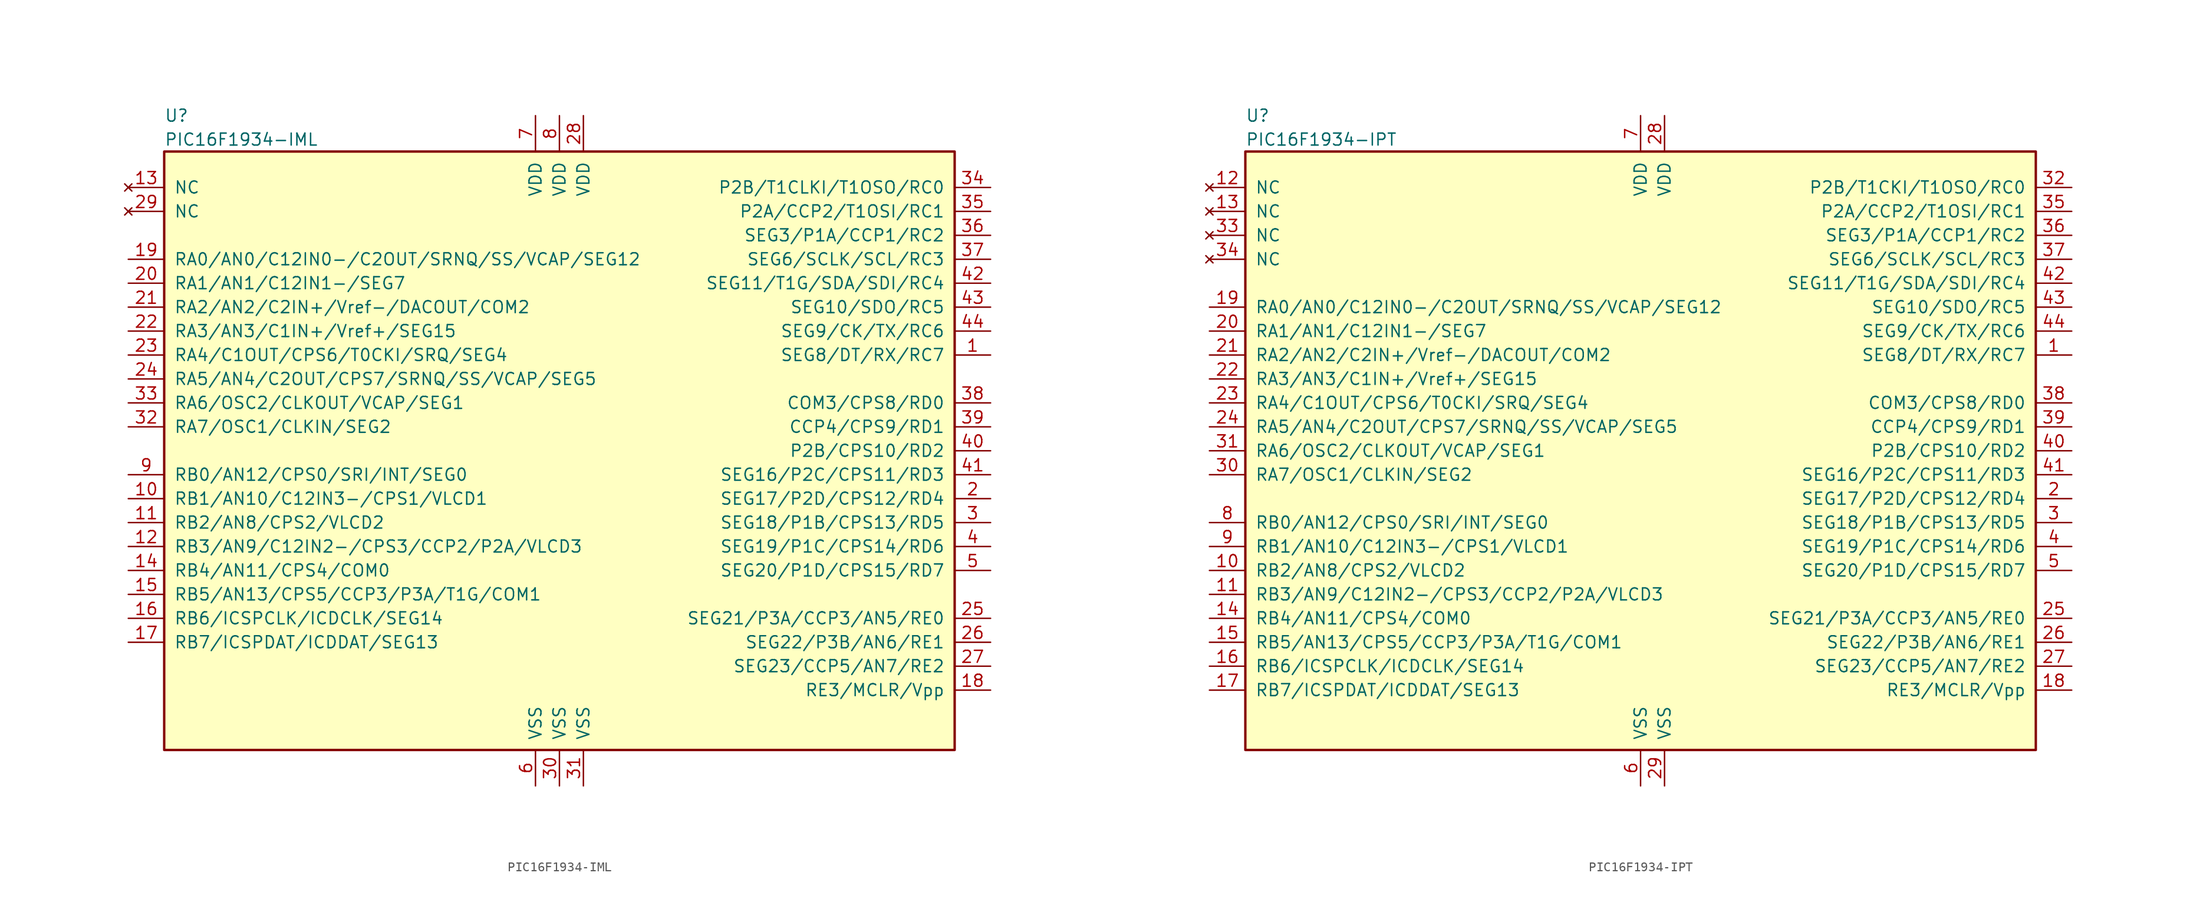
<source format=kicad_sym>
(kicad_symbol_lib
  (version 20201005)
  (generator kicad_symbol_editor)
  (symbol "PIC16F1934-IML"
    (pin_names
      (offset 1.016))
    (property "Reference" "U"
      (at -41.91 35.56 0)
      (effects (font (size 1.27 1.27)) (justify left)))
    (property "Value" "PIC16F1934-IML"
      (at -41.91 33.02 0)
      (effects (font (size 1.27 1.27)) (justify left)))
    (symbol "PIC16F1934-IML_0_1"
      (rectangle (start -41.91 31.75) (end 41.91 -31.75) (stroke (width 0.254)) (fill (type background))))
    (symbol "PIC16F1934-IML_1_1"
      (pin bidirectional line (at 45.72 10.16 180) (length 3.81) (name "SEG8/DT/RX/RC7" (effects (font (size 1.27 1.27)))) (number "1" (effects (font (size 1.27 1.27)))))
      (pin bidirectional line (at -45.72 -5.08 0) (length 3.81) (name "RB1/AN10/C12IN3-/CPS1/VLCD1" (effects (font (size 1.27 1.27)))) (number "10" (effects (font (size 1.27 1.27)))))
      (pin bidirectional line (at -45.72 -7.62 0) (length 3.81) (name "RB2/AN8/CPS2/VLCD2" (effects (font (size 1.27 1.27)))) (number "11" (effects (font (size 1.27 1.27)))))
      (pin bidirectional line (at -45.72 -10.16 0) (length 3.81) (name "RB3/AN9/C12IN2-/CPS3/CCP2/P2A/VLCD3" (effects (font (size 1.27 1.27)))) (number "12" (effects (font (size 1.27 1.27)))))
      (pin no_connect line (at -45.72 27.94 0) (length 3.81) (name "NC" (effects (font (size 1.27 1.27)))) (number "13" (effects (font (size 1.27 1.27)))))
      (pin bidirectional line (at -45.72 -12.7 0) (length 3.81) (name "RB4/AN11/CPS4/COM0" (effects (font (size 1.27 1.27)))) (number "14" (effects (font (size 1.27 1.27)))))
      (pin bidirectional line (at -45.72 -15.24 0) (length 3.81) (name "RB5/AN13/CPS5/CCP3/P3A/T1G/COM1" (effects (font (size 1.27 1.27)))) (number "15" (effects (font (size 1.27 1.27)))))
      (pin bidirectional line (at -45.72 -17.78 0) (length 3.81) (name "RB6/ICSPCLK/ICDCLK/SEG14" (effects (font (size 1.27 1.27)))) (number "16" (effects (font (size 1.27 1.27)))))
      (pin bidirectional line (at -45.72 -20.32 0) (length 3.81) (name "RB7/ICSPDAT/ICDDAT/SEG13" (effects (font (size 1.27 1.27)))) (number "17" (effects (font (size 1.27 1.27)))))
      (pin bidirectional line (at 45.72 -25.4 180) (length 3.81) (name "RE3/MCLR/Vpp" (effects (font (size 1.27 1.27)))) (number "18" (effects (font (size 1.27 1.27)))))
      (pin bidirectional line (at -45.72 20.32 0) (length 3.81) (name "RA0/AN0/C12IN0-/C2OUT/SRNQ/SS/VCAP/SEG12" (effects (font (size 1.27 1.27)))) (number "19" (effects (font (size 1.27 1.27)))))
      (pin bidirectional line (at 45.72 -5.08 180) (length 3.81) (name "SEG17/P2D/CPS12/RD4" (effects (font (size 1.27 1.27)))) (number "2" (effects (font (size 1.27 1.27)))))
      (pin bidirectional line (at -45.72 17.78 0) (length 3.81) (name "RA1/AN1/C12IN1-/SEG7" (effects (font (size 1.27 1.27)))) (number "20" (effects (font (size 1.27 1.27)))))
      (pin bidirectional line (at -45.72 15.24 0) (length 3.81) (name "RA2/AN2/C2IN+/Vref-/DACOUT/COM2" (effects (font (size 1.27 1.27)))) (number "21" (effects (font (size 1.27 1.27)))))
      (pin bidirectional line (at -45.72 12.7 0) (length 3.81) (name "RA3/AN3/C1IN+/Vref+/SEG15" (effects (font (size 1.27 1.27)))) (number "22" (effects (font (size 1.27 1.27)))))
      (pin bidirectional line (at -45.72 10.16 0) (length 3.81) (name "RA4/C1OUT/CPS6/T0CKI/SRQ/SEG4" (effects (font (size 1.27 1.27)))) (number "23" (effects (font (size 1.27 1.27)))))
      (pin bidirectional line (at -45.72 7.62 0) (length 3.81) (name "RA5/AN4/C2OUT/CPS7/SRNQ/SS/VCAP/SEG5" (effects (font (size 1.27 1.27)))) (number "24" (effects (font (size 1.27 1.27)))))
      (pin bidirectional line (at 45.72 -17.78 180) (length 3.81) (name "SEG21/P3A/CCP3/AN5/RE0" (effects (font (size 1.27 1.27)))) (number "25" (effects (font (size 1.27 1.27)))))
      (pin bidirectional line (at 45.72 -20.32 180) (length 3.81) (name "SEG22/P3B/AN6/RE1" (effects (font (size 1.27 1.27)))) (number "26" (effects (font (size 1.27 1.27)))))
      (pin bidirectional line (at 45.72 -22.86 180) (length 3.81) (name "SEG23/CCP5/AN7/RE2" (effects (font (size 1.27 1.27)))) (number "27" (effects (font (size 1.27 1.27)))))
      (pin power_in line (at 2.54 35.56 270) (length 3.81) (name "VDD" (effects (font (size 1.27 1.27)))) (number "28" (effects (font (size 1.27 1.27)))))
      (pin no_connect line (at -45.72 25.4 0) (length 3.81) (name "NC" (effects (font (size 1.27 1.27)))) (number "29" (effects (font (size 1.27 1.27)))))
      (pin bidirectional line (at 45.72 -7.62 180) (length 3.81) (name "SEG18/P1B/CPS13/RD5" (effects (font (size 1.27 1.27)))) (number "3" (effects (font (size 1.27 1.27)))))
      (pin power_in line (at 0 -35.56 90) (length 3.81) (name "VSS" (effects (font (size 1.27 1.27)))) (number "30" (effects (font (size 1.27 1.27)))))
      (pin power_in line (at 2.54 -35.56 90) (length 3.81) (name "VSS" (effects (font (size 1.27 1.27)))) (number "31" (effects (font (size 1.27 1.27)))))
      (pin bidirectional line (at -45.72 2.54 0) (length 3.81) (name "RA7/OSC1/CLKIN/SEG2" (effects (font (size 1.27 1.27)))) (number "32" (effects (font (size 1.27 1.27)))))
      (pin bidirectional line (at -45.72 5.08 0) (length 3.81) (name "RA6/OSC2/CLKOUT/VCAP/SEG1" (effects (font (size 1.27 1.27)))) (number "33" (effects (font (size 1.27 1.27)))))
      (pin bidirectional line (at 45.72 27.94 180) (length 3.81) (name "P2B/T1CLKI/T1OSO/RC0" (effects (font (size 1.27 1.27)))) (number "34" (effects (font (size 1.27 1.27)))))
      (pin bidirectional line (at 45.72 25.4 180) (length 3.81) (name "P2A/CCP2/T1OSI/RC1" (effects (font (size 1.27 1.27)))) (number "35" (effects (font (size 1.27 1.27)))))
      (pin bidirectional line (at 45.72 22.86 180) (length 3.81) (name "SEG3/P1A/CCP1/RC2" (effects (font (size 1.27 1.27)))) (number "36" (effects (font (size 1.27 1.27)))))
      (pin bidirectional line (at 45.72 20.32 180) (length 3.81) (name "SEG6/SCLK/SCL/RC3" (effects (font (size 1.27 1.27)))) (number "37" (effects (font (size 1.27 1.27)))))
      (pin bidirectional line (at 45.72 5.08 180) (length 3.81) (name "COM3/CPS8/RD0" (effects (font (size 1.27 1.27)))) (number "38" (effects (font (size 1.27 1.27)))))
      (pin bidirectional line (at 45.72 2.54 180) (length 3.81) (name "CCP4/CPS9/RD1" (effects (font (size 1.27 1.27)))) (number "39" (effects (font (size 1.27 1.27)))))
      (pin bidirectional line (at 45.72 -10.16 180) (length 3.81) (name "SEG19/P1C/CPS14/RD6" (effects (font (size 1.27 1.27)))) (number "4" (effects (font (size 1.27 1.27)))))
      (pin bidirectional line (at 45.72 0 180) (length 3.81) (name "P2B/CPS10/RD2" (effects (font (size 1.27 1.27)))) (number "40" (effects (font (size 1.27 1.27)))))
      (pin bidirectional line (at 45.72 -2.54 180) (length 3.81) (name "SEG16/P2C/CPS11/RD3" (effects (font (size 1.27 1.27)))) (number "41" (effects (font (size 1.27 1.27)))))
      (pin bidirectional line (at 45.72 17.78 180) (length 3.81) (name "SEG11/T1G/SDA/SDI/RC4" (effects (font (size 1.27 1.27)))) (number "42" (effects (font (size 1.27 1.27)))))
      (pin bidirectional line (at 45.72 15.24 180) (length 3.81) (name "SEG10/SDO/RC5" (effects (font (size 1.27 1.27)))) (number "43" (effects (font (size 1.27 1.27)))))
      (pin bidirectional line (at 45.72 12.7 180) (length 3.81) (name "SEG9/CK/TX/RC6" (effects (font (size 1.27 1.27)))) (number "44" (effects (font (size 1.27 1.27)))))
      (pin bidirectional line (at 45.72 -12.7 180) (length 3.81) (name "SEG20/P1D/CPS15/RD7" (effects (font (size 1.27 1.27)))) (number "5" (effects (font (size 1.27 1.27)))))
      (pin bidirectional line (at -2.54 -35.56 90) (length 3.81) (name "VSS" (effects (font (size 1.27 1.27)))) (number "6" (effects (font (size 1.27 1.27)))))
      (pin bidirectional line (at -2.54 35.56 270) (length 3.81) (name "VDD" (effects (font (size 1.27 1.27)))) (number "7" (effects (font (size 1.27 1.27)))))
      (pin bidirectional line (at 0 35.56 270) (length 3.81) (name "VDD" (effects (font (size 1.27 1.27)))) (number "8" (effects (font (size 1.27 1.27)))))
      (pin bidirectional line (at -45.72 -2.54 0) (length 3.81) (name "RB0/AN12/CPS0/SRI/INT/SEG0" (effects (font (size 1.27 1.27)))) (number "9" (effects (font (size 1.27 1.27)))))))
  (symbol "PIC16F1934-IPT"
    (pin_names
      (offset 1.016))
    (property "Reference" "U"
      (at -41.91 35.56 0)
      (effects (font (size 1.27 1.27)) (justify left)))
    (property "Value" "PIC16F1934-IPT"
      (at -41.91 33.02 0)
      (effects (font (size 1.27 1.27)) (justify left)))
    (symbol "PIC16F1934-IPT_0_1"
      (rectangle (start -41.91 31.75) (end 41.91 -31.75) (stroke (width 0.254)) (fill (type background))))
    (symbol "PIC16F1934-IPT_1_1"
      (pin bidirectional line (at 45.72 10.16 180) (length 3.81) (name "SEG8/DT/RX/RC7" (effects (font (size 1.27 1.27)))) (number "1" (effects (font (size 1.27 1.27)))))
      (pin bidirectional line (at -45.72 -12.7 0) (length 3.81) (name "RB2/AN8/CPS2/VLCD2" (effects (font (size 1.27 1.27)))) (number "10" (effects (font (size 1.27 1.27)))))
      (pin bidirectional line (at -45.72 -15.24 0) (length 3.81) (name "RB3/AN9/C12IN2-/CPS3/CCP2/P2A/VLCD3" (effects (font (size 1.27 1.27)))) (number "11" (effects (font (size 1.27 1.27)))))
      (pin no_connect line (at -45.72 27.94 0) (length 3.81) (name "NC" (effects (font (size 1.27 1.27)))) (number "12" (effects (font (size 1.27 1.27)))))
      (pin no_connect line (at -45.72 25.4 0) (length 3.81) (name "NC" (effects (font (size 1.27 1.27)))) (number "13" (effects (font (size 1.27 1.27)))))
      (pin bidirectional line (at -45.72 -17.78 0) (length 3.81) (name "RB4/AN11/CPS4/COM0" (effects (font (size 1.27 1.27)))) (number "14" (effects (font (size 1.27 1.27)))))
      (pin bidirectional line (at -45.72 -20.32 0) (length 3.81) (name "RB5/AN13/CPS5/CCP3/P3A/T1G/COM1" (effects (font (size 1.27 1.27)))) (number "15" (effects (font (size 1.27 1.27)))))
      (pin bidirectional line (at -45.72 -22.86 0) (length 3.81) (name "RB6/ICSPCLK/ICDCLK/SEG14" (effects (font (size 1.27 1.27)))) (number "16" (effects (font (size 1.27 1.27)))))
      (pin bidirectional line (at -45.72 -25.4 0) (length 3.81) (name "RB7/ICSPDAT/ICDDAT/SEG13" (effects (font (size 1.27 1.27)))) (number "17" (effects (font (size 1.27 1.27)))))
      (pin bidirectional line (at 45.72 -25.4 180) (length 3.81) (name "RE3/MCLR/Vpp" (effects (font (size 1.27 1.27)))) (number "18" (effects (font (size 1.27 1.27)))))
      (pin bidirectional line (at -45.72 15.24 0) (length 3.81) (name "RA0/AN0/C12IN0-/C2OUT/SRNQ/SS/VCAP/SEG12" (effects (font (size 1.27 1.27)))) (number "19" (effects (font (size 1.27 1.27)))))
      (pin bidirectional line (at 45.72 -5.08 180) (length 3.81) (name "SEG17/P2D/CPS12/RD4" (effects (font (size 1.27 1.27)))) (number "2" (effects (font (size 1.27 1.27)))))
      (pin bidirectional line (at -45.72 12.7 0) (length 3.81) (name "RA1/AN1/C12IN1-/SEG7" (effects (font (size 1.27 1.27)))) (number "20" (effects (font (size 1.27 1.27)))))
      (pin bidirectional line (at -45.72 10.16 0) (length 3.81) (name "RA2/AN2/C2IN+/Vref-/DACOUT/COM2" (effects (font (size 1.27 1.27)))) (number "21" (effects (font (size 1.27 1.27)))))
      (pin bidirectional line (at -45.72 7.62 0) (length 3.81) (name "RA3/AN3/C1IN+/Vref+/SEG15" (effects (font (size 1.27 1.27)))) (number "22" (effects (font (size 1.27 1.27)))))
      (pin bidirectional line (at -45.72 5.08 0) (length 3.81) (name "RA4/C1OUT/CPS6/T0CKI/SRQ/SEG4" (effects (font (size 1.27 1.27)))) (number "23" (effects (font (size 1.27 1.27)))))
      (pin bidirectional line (at -45.72 2.54 0) (length 3.81) (name "RA5/AN4/C2OUT/CPS7/SRNQ/SS/VCAP/SEG5" (effects (font (size 1.27 1.27)))) (number "24" (effects (font (size 1.27 1.27)))))
      (pin bidirectional line (at 45.72 -17.78 180) (length 3.81) (name "SEG21/P3A/CCP3/AN5/RE0" (effects (font (size 1.27 1.27)))) (number "25" (effects (font (size 1.27 1.27)))))
      (pin bidirectional line (at 45.72 -20.32 180) (length 3.81) (name "SEG22/P3B/AN6/RE1" (effects (font (size 1.27 1.27)))) (number "26" (effects (font (size 1.27 1.27)))))
      (pin bidirectional line (at 45.72 -22.86 180) (length 3.81) (name "SEG23/CCP5/AN7/RE2" (effects (font (size 1.27 1.27)))) (number "27" (effects (font (size 1.27 1.27)))))
      (pin power_in line (at 2.54 35.56 270) (length 3.81) (name "VDD" (effects (font (size 1.27 1.27)))) (number "28" (effects (font (size 1.27 1.27)))))
      (pin power_in line (at 2.54 -35.56 90) (length 3.81) (name "VSS" (effects (font (size 1.27 1.27)))) (number "29" (effects (font (size 1.27 1.27)))))
      (pin bidirectional line (at 45.72 -7.62 180) (length 3.81) (name "SEG18/P1B/CPS13/RD5" (effects (font (size 1.27 1.27)))) (number "3" (effects (font (size 1.27 1.27)))))
      (pin bidirectional line (at -45.72 -2.54 0) (length 3.81) (name "RA7/OSC1/CLKIN/SEG2" (effects (font (size 1.27 1.27)))) (number "30" (effects (font (size 1.27 1.27)))))
      (pin bidirectional line (at -45.72 0 0) (length 3.81) (name "RA6/OSC2/CLKOUT/VCAP/SEG1" (effects (font (size 1.27 1.27)))) (number "31" (effects (font (size 1.27 1.27)))))
      (pin bidirectional line (at 45.72 27.94 180) (length 3.81) (name "P2B/T1CKI/T1OSO/RC0" (effects (font (size 1.27 1.27)))) (number "32" (effects (font (size 1.27 1.27)))))
      (pin no_connect line (at -45.72 22.86 0) (length 3.81) (name "NC" (effects (font (size 1.27 1.27)))) (number "33" (effects (font (size 1.27 1.27)))))
      (pin no_connect line (at -45.72 20.32 0) (length 3.81) (name "NC" (effects (font (size 1.27 1.27)))) (number "34" (effects (font (size 1.27 1.27)))))
      (pin bidirectional line (at 45.72 25.4 180) (length 3.81) (name "P2A/CCP2/T1OSI/RC1" (effects (font (size 1.27 1.27)))) (number "35" (effects (font (size 1.27 1.27)))))
      (pin bidirectional line (at 45.72 22.86 180) (length 3.81) (name "SEG3/P1A/CCP1/RC2" (effects (font (size 1.27 1.27)))) (number "36" (effects (font (size 1.27 1.27)))))
      (pin bidirectional line (at 45.72 20.32 180) (length 3.81) (name "SEG6/SCLK/SCL/RC3" (effects (font (size 1.27 1.27)))) (number "37" (effects (font (size 1.27 1.27)))))
      (pin bidirectional line (at 45.72 5.08 180) (length 3.81) (name "COM3/CPS8/RD0" (effects (font (size 1.27 1.27)))) (number "38" (effects (font (size 1.27 1.27)))))
      (pin bidirectional line (at 45.72 2.54 180) (length 3.81) (name "CCP4/CPS9/RD1" (effects (font (size 1.27 1.27)))) (number "39" (effects (font (size 1.27 1.27)))))
      (pin bidirectional line (at 45.72 -10.16 180) (length 3.81) (name "SEG19/P1C/CPS14/RD6" (effects (font (size 1.27 1.27)))) (number "4" (effects (font (size 1.27 1.27)))))
      (pin bidirectional line (at 45.72 0 180) (length 3.81) (name "P2B/CPS10/RD2" (effects (font (size 1.27 1.27)))) (number "40" (effects (font (size 1.27 1.27)))))
      (pin bidirectional line (at 45.72 -2.54 180) (length 3.81) (name "SEG16/P2C/CPS11/RD3" (effects (font (size 1.27 1.27)))) (number "41" (effects (font (size 1.27 1.27)))))
      (pin bidirectional line (at 45.72 17.78 180) (length 3.81) (name "SEG11/T1G/SDA/SDI/RC4" (effects (font (size 1.27 1.27)))) (number "42" (effects (font (size 1.27 1.27)))))
      (pin bidirectional line (at 45.72 15.24 180) (length 3.81) (name "SEG10/SDO/RC5" (effects (font (size 1.27 1.27)))) (number "43" (effects (font (size 1.27 1.27)))))
      (pin bidirectional line (at 45.72 12.7 180) (length 3.81) (name "SEG9/CK/TX/RC6" (effects (font (size 1.27 1.27)))) (number "44" (effects (font (size 1.27 1.27)))))
      (pin bidirectional line (at 45.72 -12.7 180) (length 3.81) (name "SEG20/P1D/CPS15/RD7" (effects (font (size 1.27 1.27)))) (number "5" (effects (font (size 1.27 1.27)))))
      (pin bidirectional line (at 0 -35.56 90) (length 3.81) (name "VSS" (effects (font (size 1.27 1.27)))) (number "6" (effects (font (size 1.27 1.27)))))
      (pin bidirectional line (at 0 35.56 270) (length 3.81) (name "VDD" (effects (font (size 1.27 1.27)))) (number "7" (effects (font (size 1.27 1.27)))))
      (pin bidirectional line (at -45.72 -7.62 0) (length 3.81) (name "RB0/AN12/CPS0/SRI/INT/SEG0" (effects (font (size 1.27 1.27)))) (number "8" (effects (font (size 1.27 1.27)))))
      (pin bidirectional line (at -45.72 -10.16 0) (length 3.81) (name "RB1/AN10/C12IN3-/CPS1/VLCD1" (effects (font (size 1.27 1.27)))) (number "9" (effects (font (size 1.27 1.27))))))))
</source>
